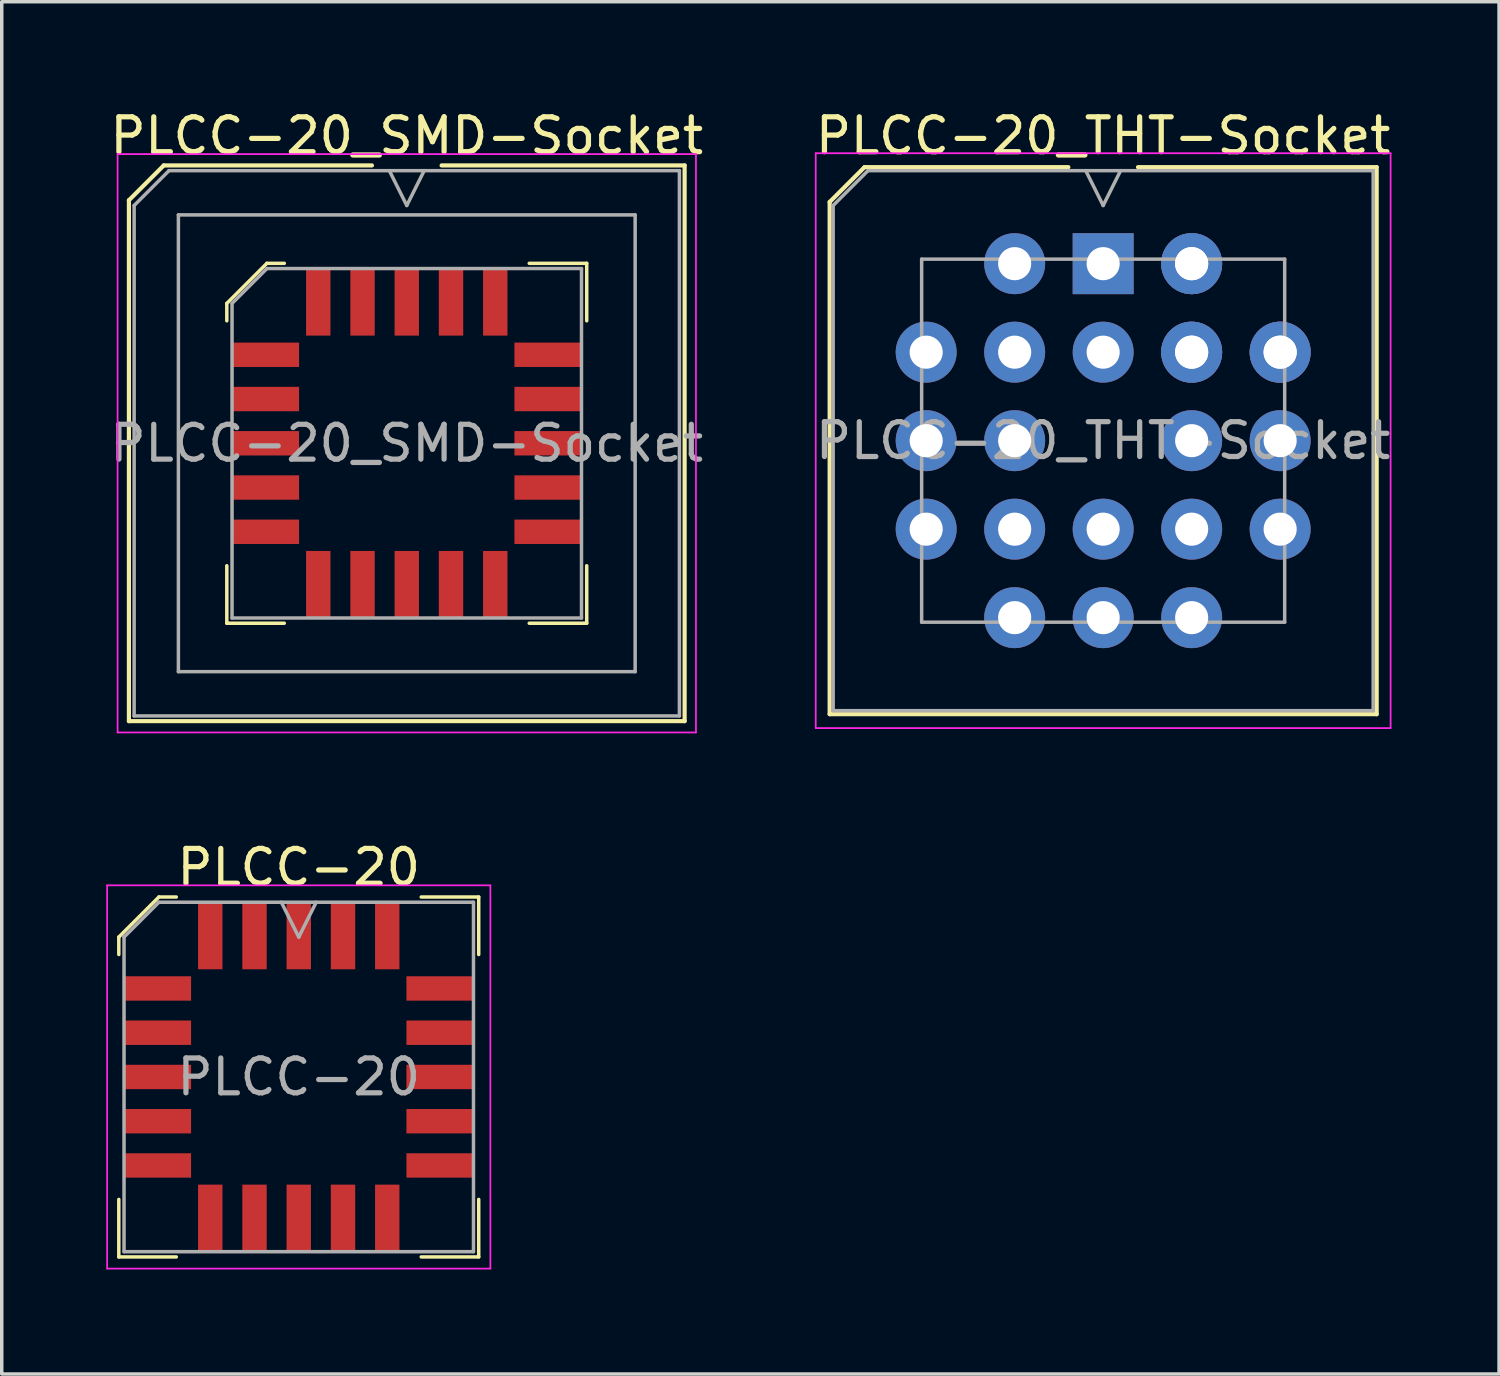
<source format=kicad_pcb>
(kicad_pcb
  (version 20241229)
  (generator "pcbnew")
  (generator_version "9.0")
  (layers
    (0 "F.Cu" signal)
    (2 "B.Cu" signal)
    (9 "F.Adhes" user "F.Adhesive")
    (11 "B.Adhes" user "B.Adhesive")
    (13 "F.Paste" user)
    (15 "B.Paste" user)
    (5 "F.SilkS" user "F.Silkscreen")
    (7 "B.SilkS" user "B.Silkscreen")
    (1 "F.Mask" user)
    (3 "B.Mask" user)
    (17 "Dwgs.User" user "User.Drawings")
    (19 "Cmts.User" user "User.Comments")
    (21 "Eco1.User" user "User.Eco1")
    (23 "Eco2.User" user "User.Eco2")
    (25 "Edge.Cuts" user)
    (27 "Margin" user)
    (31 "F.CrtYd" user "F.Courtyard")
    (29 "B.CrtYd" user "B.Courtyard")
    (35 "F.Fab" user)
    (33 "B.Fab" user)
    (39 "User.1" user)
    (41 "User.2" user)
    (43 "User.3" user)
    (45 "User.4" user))
  (footprint "PLCC-20_SMD-Socket"
    (layer "F.Cu")
    (at 8.625 9.673)
    (property "Reference" "PLCC-20_SMD-Socket" (at 0 -8.825 0) (layer "F.SilkS") (effects (font (size 1 1) (thickness 0.15))))
    (attr smd)
    (fp_line (start -7.975 -6.975) (end -7.975 7.975) (stroke (width 0.12) (type solid)) (layer "F.SilkS"))
    (fp_line (start -7.975 7.975) (end 7.975 7.975) (stroke (width 0.12) (type solid)) (layer "F.SilkS"))
    (fp_line (start -6.975 -7.975) (end -7.975 -6.975) (stroke (width 0.12) (type solid)) (layer "F.SilkS"))
    (fp_line (start -5.165 -4.015) (end -5.165 -3.515) (stroke (width 0.1) (type solid)) (layer "F.SilkS"))
    (fp_line (start -5.165 5.165) (end -5.165 3.515) (stroke (width 0.1) (type solid)) (layer "F.SilkS"))
    (fp_line (start -4.015 -5.165) (end -5.165 -4.015) (stroke (width 0.1) (type solid)) (layer "F.SilkS"))
    (fp_line (start -3.515 -5.165) (end -4.015 -5.165) (stroke (width 0.1) (type solid)) (layer "F.SilkS"))
    (fp_line (start -3.515 5.165) (end -5.165 5.165) (stroke (width 0.1) (type solid)) (layer "F.SilkS"))
    (fp_line (start -1 -7.975) (end -6.975 -7.975) (stroke (width 0.12) (type solid)) (layer "F.SilkS"))
    (fp_line (start 3.515 -5.165) (end 5.165 -5.165) (stroke (width 0.1) (type solid)) (layer "F.SilkS"))
    (fp_line (start 3.515 5.165) (end 5.165 5.165) (stroke (width 0.1) (type solid)) (layer "F.SilkS"))
    (fp_line (start 5.165 -5.165) (end 5.165 -3.515) (stroke (width 0.1) (type solid)) (layer "F.SilkS"))
    (fp_line (start 5.165 5.165) (end 5.165 3.515) (stroke (width 0.1) (type solid)) (layer "F.SilkS"))
    (fp_line (start 7.975 -7.975) (end 1 -7.975) (stroke (width 0.12) (type solid)) (layer "F.SilkS"))
    (fp_line (start 7.975 7.975) (end 7.975 -7.975) (stroke (width 0.12) (type solid)) (layer "F.SilkS"))
    (fp_line (start -8.3 -8.3) (end -8.3 8.3) (stroke (width 0.05) (type solid)) (layer "F.CrtYd"))
    (fp_line (start -8.3 8.3) (end 8.3 8.3) (stroke (width 0.05) (type solid)) (layer "F.CrtYd"))
    (fp_line (start 8.3 -8.3) (end -8.3 -8.3) (stroke (width 0.05) (type solid)) (layer "F.CrtYd"))
    (fp_line (start 8.3 8.3) (end 8.3 -8.3) (stroke (width 0.05) (type solid)) (layer "F.CrtYd"))
    (fp_line (start -7.825 -6.825) (end -7.825 7.825) (stroke (width 0.1) (type solid)) (layer "F.Fab"))
    (fp_line (start -7.825 7.825) (end 7.825 7.825) (stroke (width 0.1) (type solid)) (layer "F.Fab"))
    (fp_line (start -6.825 -7.825) (end -7.825 -6.825) (stroke (width 0.1) (type solid)) (layer "F.Fab"))
    (fp_line (start -6.555 -6.555) (end -6.555 6.555) (stroke (width 0.1) (type solid)) (layer "F.Fab"))
    (fp_line (start -6.555 6.555) (end 6.555 6.555) (stroke (width 0.1) (type solid)) (layer "F.Fab"))
    (fp_line (start -5.015 -4.015) (end -5.015 5.015) (stroke (width 0.1) (type solid)) (layer "F.Fab"))
    (fp_line (start -5.015 5.015) (end 5.015 5.015) (stroke (width 0.1) (type solid)) (layer "F.Fab"))
    (fp_line (start -4.015 -5.015) (end -5.015 -4.015) (stroke (width 0.1) (type solid)) (layer "F.Fab"))
    (fp_line (start -0.5 -7.825) (end 0 -6.825) (stroke (width 0.1) (type solid)) (layer "F.Fab"))
    (fp_line (start 0 -6.825) (end 0.5 -7.825) (stroke (width 0.1) (type solid)) (layer "F.Fab"))
    (fp_line (start 5.015 -5.015) (end -4.015 -5.015) (stroke (width 0.1) (type solid)) (layer "F.Fab"))
    (fp_line (start 5.015 5.015) (end 5.015 -5.015) (stroke (width 0.1) (type solid)) (layer "F.Fab"))
    (fp_line (start 6.555 -6.555) (end -6.555 -6.555) (stroke (width 0.1) (type solid)) (layer "F.Fab"))
    (fp_line (start 6.555 6.555) (end 6.555 -6.555) (stroke (width 0.1) (type solid)) (layer "F.Fab"))
    (fp_line (start 7.825 -7.825) (end -6.825 -7.825) (stroke (width 0.1) (type solid)) (layer "F.Fab"))
    (fp_line (start 7.825 7.825) (end 7.825 -7.825) (stroke (width 0.1) (type solid)) (layer "F.Fab"))
    (fp_text user "${REFERENCE}" (at 0 0 0) (layer "F.Fab") (effects (font (size 1 1) (thickness 0.15))))
    (pad "1" smd rect (at 0 -4.053) (size 0.7 1.925) (layers "F.Cu" "F.Mask" "F.Paste"))
    (pad "2" smd rect (at -1.27 -4.053) (size 0.7 1.925) (layers "F.Cu" "F.Mask" "F.Paste"))
    (pad "3" smd rect (at -2.54 -4.053) (size 0.7 1.925) (layers "F.Cu" "F.Mask" "F.Paste"))
    (pad "4" smd rect (at -4.053 -2.54) (size 1.925 0.7) (layers "F.Cu" "F.Mask" "F.Paste"))
    (pad "5" smd rect (at -4.053 -1.27) (size 1.925 0.7) (layers "F.Cu" "F.Mask" "F.Paste"))
    (pad "6" smd rect (at -4.053 0) (size 1.925 0.7) (layers "F.Cu" "F.Mask" "F.Paste"))
    (pad "7" smd rect (at -4.053 1.27) (size 1.925 0.7) (layers "F.Cu" "F.Mask" "F.Paste"))
    (pad "8" smd rect (at -4.053 2.54) (size 1.925 0.7) (layers "F.Cu" "F.Mask" "F.Paste"))
    (pad "9" smd rect (at -2.54 4.053) (size 0.7 1.925) (layers "F.Cu" "F.Mask" "F.Paste"))
    (pad "10" smd rect (at -1.27 4.053) (size 0.7 1.925) (layers "F.Cu" "F.Mask" "F.Paste"))
    (pad "11" smd rect (at 0 4.053) (size 0.7 1.925) (layers "F.Cu" "F.Mask" "F.Paste"))
    (pad "12" smd rect (at 1.27 4.053) (size 0.7 1.925) (layers "F.Cu" "F.Mask" "F.Paste"))
    (pad "13" smd rect (at 2.54 4.053) (size 0.7 1.925) (layers "F.Cu" "F.Mask" "F.Paste"))
    (pad "14" smd rect (at 4.053 2.54) (size 1.925 0.7) (layers "F.Cu" "F.Mask" "F.Paste"))
    (pad "15" smd rect (at 4.053 1.27) (size 1.925 0.7) (layers "F.Cu" "F.Mask" "F.Paste"))
    (pad "16" smd rect (at 4.053 0) (size 1.925 0.7) (layers "F.Cu" "F.Mask" "F.Paste"))
    (pad "17" smd rect (at 4.053 -1.27) (size 1.925 0.7) (layers "F.Cu" "F.Mask" "F.Paste"))
    (pad "18" smd rect (at 4.053 -2.54) (size 1.925 0.7) (layers "F.Cu" "F.Mask" "F.Paste"))
    (pad "19" smd rect (at 2.54 -4.053) (size 0.7 1.925) (layers "F.Cu" "F.Mask" "F.Paste"))
    (pad "20" smd rect (at 1.27 -4.053) (size 0.7 1.925) (layers "F.Cu" "F.Mask" "F.Paste")))
  (footprint "PLCC-20"
    (layer "F.Cu")
    (at 5.525 27.861)
    (property "Reference" "PLCC-20" (at 0 -6.015 0) (layer "F.SilkS") (effects (font (size 1 1) (thickness 0.15))))
    (attr smd)
    (fp_line (start -5.165 -4.015) (end -5.165 -3.515) (stroke (width 0.1) (type solid)) (layer "F.SilkS"))
    (fp_line (start -5.165 5.165) (end -5.165 3.515) (stroke (width 0.1) (type solid)) (layer "F.SilkS"))
    (fp_line (start -4.015 -5.165) (end -5.165 -4.015) (stroke (width 0.1) (type solid)) (layer "F.SilkS"))
    (fp_line (start -3.515 -5.165) (end -4.015 -5.165) (stroke (width 0.1) (type solid)) (layer "F.SilkS"))
    (fp_line (start -3.515 5.165) (end -5.165 5.165) (stroke (width 0.1) (type solid)) (layer "F.SilkS"))
    (fp_line (start 3.515 -5.165) (end 5.165 -5.165) (stroke (width 0.1) (type solid)) (layer "F.SilkS"))
    (fp_line (start 3.515 5.165) (end 5.165 5.165) (stroke (width 0.1) (type solid)) (layer "F.SilkS"))
    (fp_line (start 5.165 -5.165) (end 5.165 -3.515) (stroke (width 0.1) (type solid)) (layer "F.SilkS"))
    (fp_line (start 5.165 5.165) (end 5.165 3.515) (stroke (width 0.1) (type solid)) (layer "F.SilkS"))
    (fp_line (start -5.5 -5.5) (end -5.5 5.5) (stroke (width 0.05) (type solid)) (layer "F.CrtYd"))
    (fp_line (start -5.5 5.5) (end 5.5 5.5) (stroke (width 0.05) (type solid)) (layer "F.CrtYd"))
    (fp_line (start 5.5 -5.5) (end -5.5 -5.5) (stroke (width 0.05) (type solid)) (layer "F.CrtYd"))
    (fp_line (start 5.5 5.5) (end 5.5 -5.5) (stroke (width 0.05) (type solid)) (layer "F.CrtYd"))
    (fp_line (start -5.015 -4.015) (end -5.015 5.015) (stroke (width 0.1) (type solid)) (layer "F.Fab"))
    (fp_line (start -5.015 5.015) (end 5.015 5.015) (stroke (width 0.1) (type solid)) (layer "F.Fab"))
    (fp_line (start -4.015 -5.015) (end -5.015 -4.015) (stroke (width 0.1) (type solid)) (layer "F.Fab"))
    (fp_line (start -0.5 -5.015) (end 0 -4.015) (stroke (width 0.1) (type solid)) (layer "F.Fab"))
    (fp_line (start 0 -4.015) (end 0.5 -5.015) (stroke (width 0.1) (type solid)) (layer "F.Fab"))
    (fp_line (start 5.015 -5.015) (end -4.015 -5.015) (stroke (width 0.1) (type solid)) (layer "F.Fab"))
    (fp_line (start 5.015 5.015) (end 5.015 -5.015) (stroke (width 0.1) (type solid)) (layer "F.Fab"))
    (fp_text user "${REFERENCE}" (at 0 0 0) (layer "F.Fab") (effects (font (size 1 1) (thickness 0.15))))
    (pad "1" smd rect (at 0 -4.053) (size 0.7 1.925) (layers "F.Cu" "F.Mask" "F.Paste"))
    (pad "2" smd rect (at -1.27 -4.053) (size 0.7 1.925) (layers "F.Cu" "F.Mask" "F.Paste"))
    (pad "3" smd rect (at -2.54 -4.053) (size 0.7 1.925) (layers "F.Cu" "F.Mask" "F.Paste"))
    (pad "4" smd rect (at -4.053 -2.54) (size 1.925 0.7) (layers "F.Cu" "F.Mask" "F.Paste"))
    (pad "5" smd rect (at -4.053 -1.27) (size 1.925 0.7) (layers "F.Cu" "F.Mask" "F.Paste"))
    (pad "6" smd rect (at -4.053 0) (size 1.925 0.7) (layers "F.Cu" "F.Mask" "F.Paste"))
    (pad "7" smd rect (at -4.053 1.27) (size 1.925 0.7) (layers "F.Cu" "F.Mask" "F.Paste"))
    (pad "8" smd rect (at -4.053 2.54) (size 1.925 0.7) (layers "F.Cu" "F.Mask" "F.Paste"))
    (pad "9" smd rect (at -2.54 4.053) (size 0.7 1.925) (layers "F.Cu" "F.Mask" "F.Paste"))
    (pad "10" smd rect (at -1.27 4.053) (size 0.7 1.925) (layers "F.Cu" "F.Mask" "F.Paste"))
    (pad "11" smd rect (at 0 4.053) (size 0.7 1.925) (layers "F.Cu" "F.Mask" "F.Paste"))
    (pad "12" smd rect (at 1.27 4.053) (size 0.7 1.925) (layers "F.Cu" "F.Mask" "F.Paste"))
    (pad "13" smd rect (at 2.54 4.053) (size 0.7 1.925) (layers "F.Cu" "F.Mask" "F.Paste"))
    (pad "14" smd rect (at 4.053 2.54) (size 1.925 0.7) (layers "F.Cu" "F.Mask" "F.Paste"))
    (pad "15" smd rect (at 4.053 1.27) (size 1.925 0.7) (layers "F.Cu" "F.Mask" "F.Paste"))
    (pad "16" smd rect (at 4.053 0) (size 1.925 0.7) (layers "F.Cu" "F.Mask" "F.Paste"))
    (pad "17" smd rect (at 4.053 -1.27) (size 1.925 0.7) (layers "F.Cu" "F.Mask" "F.Paste"))
    (pad "18" smd rect (at 4.053 -2.54) (size 1.925 0.7) (layers "F.Cu" "F.Mask" "F.Paste"))
    (pad "19" smd rect (at 2.54 -4.053) (size 0.7 1.925) (layers "F.Cu" "F.Mask" "F.Paste"))
    (pad "20" smd rect (at 1.27 -4.053) (size 0.7 1.925) (layers "F.Cu" "F.Mask" "F.Paste")))
  (footprint "PLCC-20_THT-Socket"
    (layer "F.Cu")
    (at 28.613 4.518)
    (property "Reference" "PLCC-20_THT-Socket" (at 0 -3.67 0) (layer "F.SilkS") (effects (font (size 1 1) (thickness 0.15))))
    (attr through_hole)
    (fp_line (start -7.85 -1.77) (end -7.85 12.93) (stroke (width 0.12) (type solid)) (layer "F.SilkS"))
    (fp_line (start -7.85 12.93) (end 7.85 12.93) (stroke (width 0.12) (type solid)) (layer "F.SilkS"))
    (fp_line (start -6.85 -2.77) (end -7.85 -1.77) (stroke (width 0.12) (type solid)) (layer "F.SilkS"))
    (fp_line (start -1 -2.77) (end -6.85 -2.77) (stroke (width 0.12) (type solid)) (layer "F.SilkS"))
    (fp_line (start 7.85 -2.77) (end 1 -2.77) (stroke (width 0.12) (type solid)) (layer "F.SilkS"))
    (fp_line (start 7.85 12.93) (end 7.85 -2.77) (stroke (width 0.12) (type solid)) (layer "F.SilkS"))
    (fp_line (start -8.25 -3.17) (end -8.25 13.33) (stroke (width 0.05) (type solid)) (layer "F.CrtYd"))
    (fp_line (start -8.25 13.33) (end 8.25 13.33) (stroke (width 0.05) (type solid)) (layer "F.CrtYd"))
    (fp_line (start 8.25 -3.17) (end -8.25 -3.17) (stroke (width 0.05) (type solid)) (layer "F.CrtYd"))
    (fp_line (start 8.25 13.33) (end 8.25 -3.17) (stroke (width 0.05) (type solid)) (layer "F.CrtYd"))
    (fp_line (start -7.75 -1.67) (end -7.75 12.83) (stroke (width 0.1) (type solid)) (layer "F.Fab"))
    (fp_line (start -7.75 12.83) (end 7.75 12.83) (stroke (width 0.1) (type solid)) (layer "F.Fab"))
    (fp_line (start -6.75 -2.67) (end -7.75 -1.67) (stroke (width 0.1) (type solid)) (layer "F.Fab"))
    (fp_line (start -5.21 -0.13) (end -5.21 10.29) (stroke (width 0.1) (type solid)) (layer "F.Fab"))
    (fp_line (start -5.21 10.29) (end 5.21 10.29) (stroke (width 0.1) (type solid)) (layer "F.Fab"))
    (fp_line (start -0.5 -2.67) (end 0 -1.67) (stroke (width 0.1) (type solid)) (layer "F.Fab"))
    (fp_line (start 0 -1.67) (end 0.5 -2.67) (stroke (width 0.1) (type solid)) (layer "F.Fab"))
    (fp_line (start 5.21 -0.13) (end -5.21 -0.13) (stroke (width 0.1) (type solid)) (layer "F.Fab"))
    (fp_line (start 5.21 10.29) (end 5.21 -0.13) (stroke (width 0.1) (type solid)) (layer "F.Fab"))
    (fp_line (start 7.75 -2.67) (end -6.75 -2.67) (stroke (width 0.1) (type solid)) (layer "F.Fab"))
    (fp_line (start 7.75 12.83) (end 7.75 -2.67) (stroke (width 0.1) (type solid)) (layer "F.Fab"))
    (fp_text user "${REFERENCE}" (at 0 5.08 0) (layer "F.Fab") (effects (font (size 1 1) (thickness 0.15))))
    (pad "1" thru_hole rect (at 0 0) (size 1.75 1.75) (drill 0.95) (layers "*.Cu" "*.Mask"))
    (pad "2" thru_hole circle (at 0 2.54) (size 1.75 1.75) (drill 0.95) (layers "*.Cu" "*.Mask"))
    (pad "3" thru_hole circle (at -2.54 0) (size 1.75 1.75) (drill 0.95) (layers "*.Cu" "*.Mask"))
    (pad "4" thru_hole circle (at -5.08 2.54) (size 1.75 1.75) (drill 0.95) (layers "*.Cu" "*.Mask"))
    (pad "5" thru_hole circle (at -2.54 2.54) (size 1.75 1.75) (drill 0.95) (layers "*.Cu" "*.Mask"))
    (pad "6" thru_hole circle (at -5.08 5.08) (size 1.75 1.75) (drill 0.95) (layers "*.Cu" "*.Mask"))
    (pad "7" thru_hole circle (at -2.54 5.08) (size 1.75 1.75) (drill 0.95) (layers "*.Cu" "*.Mask"))
    (pad "8" thru_hole circle (at -5.08 7.62) (size 1.75 1.75) (drill 0.95) (layers "*.Cu" "*.Mask"))
    (pad "9" thru_hole circle (at -2.54 10.16) (size 1.75 1.75) (drill 0.95) (layers "*.Cu" "*.Mask"))
    (pad "10" thru_hole circle (at -2.54 7.62) (size 1.75 1.75) (drill 0.95) (layers "*.Cu" "*.Mask"))
    (pad "11" thru_hole circle (at 0 10.16) (size 1.75 1.75) (drill 0.95) (layers "*.Cu" "*.Mask"))
    (pad "12" thru_hole circle (at 0 7.62) (size 1.75 1.75) (drill 0.95) (layers "*.Cu" "*.Mask"))
    (pad "13" thru_hole circle (at 2.54 10.16) (size 1.75 1.75) (drill 0.95) (layers "*.Cu" "*.Mask"))
    (pad "14" thru_hole circle (at 2.54 7.62) (size 1.75 1.75) (drill 0.95) (layers "*.Cu" "*.Mask"))
    (pad "14" thru_hole circle (at 5.08 7.62) (size 1.75 1.75) (drill 0.95) (layers "*.Cu" "*.Mask"))
    (pad "15" thru_hole circle (at 2.54 5.08) (size 1.75 1.75) (drill 0.95) (layers "*.Cu" "*.Mask"))
    (pad "16" thru_hole circle (at 5.08 5.08) (size 1.75 1.75) (drill 0.95) (layers "*.Cu" "*.Mask"))
    (pad "17" thru_hole circle (at 2.54 2.54) (size 1.75 1.75) (drill 0.95) (layers "*.Cu" "*.Mask"))
    (pad "18" thru_hole circle (at 5.08 2.54) (size 1.75 1.75) (drill 0.95) (layers "*.Cu" "*.Mask"))
    (pad "18" thru_hole circle (at 5.08 2.54) (size 1.75 1.75) (drill 0.95) (layers "*.Cu" "*.Mask"))
    (pad "19" thru_hole circle (at 2.54 0) (size 1.75 1.75) (drill 0.95) (layers "*.Cu" "*.Mask"))
    (pad "19" thru_hole circle (at 2.54 0) (size 1.75 1.75) (drill 0.95) (layers "*.Cu" "*.Mask"))
    (pad "20" thru_hole circle (at 2.54 2.54) (size 1.75 1.75) (drill 0.95) (layers "*.Cu" "*.Mask")))
  (gr_rect
    (start -3 -3)
    (end 39.976 36.386)
    (stroke (width 0.1) (type default))
    (fill no)
    (layer "Edge.Cuts")))
</source>
